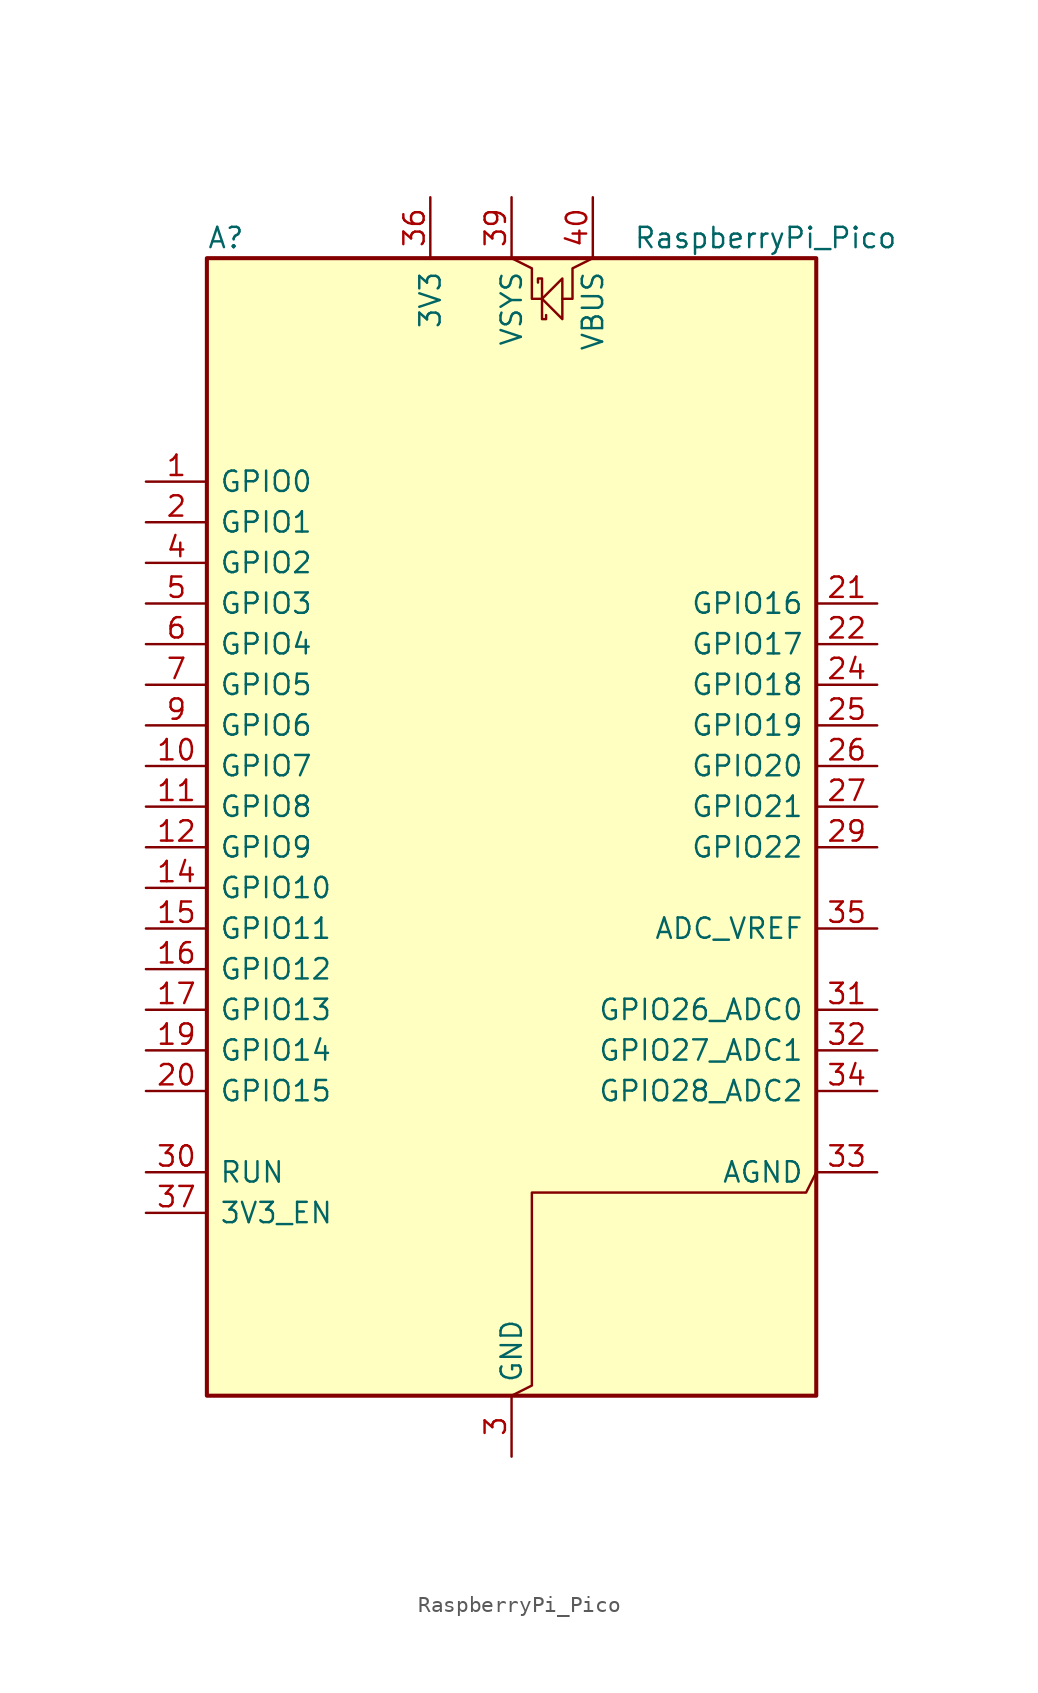
<source format=kicad_sym>
(kicad_symbol_lib
  (version 20231120)
  (generator "kicad_symbol_editor")
  (generator_version "8.0")
  (symbol "RaspberryPi_Pico"
    (pin_names
      (offset 0.762))
    (property "Reference" "A"
      (at -19.05 38.1 0)
      (effects (font (size 1.27 1.27)) (justify left)))
    (property "Value" "RaspberryPi_Pico"
      (at 7.62 38.1 0)
      (effects (font (size 1.27 1.27)) (justify left)))
    (symbol "RaspberryPi_Pico_0_1"
      (rectangle (start -19.05 36.83) (end 19.05 -34.29) (stroke (width 0.254) (type default)) (fill (type background)))
      (polyline (pts (xy 0 36.83) (xy 1.27 36.195) (xy 1.27 34.29) (xy 1.905 34.29)) (stroke (width 0) (type default)) (fill (type none)))
      (polyline (pts (xy 1.905 34.29) (xy 3.175 35.56) (xy 3.175 33.02) (xy 1.905 34.29)) (stroke (width 0) (type default)) (fill (type none)))
      (polyline (pts (xy 5.08 36.83) (xy 3.81 36.195) (xy 3.81 34.29) (xy 3.175 34.29)) (stroke (width 0) (type default)) (fill (type none)))
      (polyline (pts (xy 0 -34.29) (xy 1.27 -33.655) (xy 1.27 -21.59) (xy 18.415 -21.59) (xy 19.05 -20.32)) (stroke (width 0) (type default)) (fill (type none)))
      (polyline (pts (xy 1.651 35.306) (xy 1.651 35.56) (xy 1.905 35.56) (xy 1.905 33.02) (xy 2.159 33.02) (xy 2.159 33.274)) (stroke (width 0) (type default)) (fill (type none))))
    (symbol "RaspberryPi_Pico_1_1"
      (pin bidirectional line (at -22.86 22.86 0) (length 3.81) (name "GPIO0" (effects (font (size 1.27 1.27)))) (number "1" (effects (font (size 1.27 1.27)))) (alternate "I2C0_SDA" bidirectional line) (alternate "PWM0_A" output line) (alternate "SPI0_RX" input line) (alternate "UART0_TX" output line) (alternate "USB_OVCUR_DET" input line))
      (pin bidirectional line (at -22.86 5.08 0) (length 3.81) (name "GPIO7" (effects (font (size 1.27 1.27)))) (number "10" (effects (font (size 1.27 1.27)))) (alternate "I2C1_SCL" bidirectional clock) (alternate "PWM3_B" bidirectional line) (alternate "SPI0_TX" output line) (alternate "UART1_RTS" output line) (alternate "USB_VBUS_DET" input line))
      (pin bidirectional line (at -22.86 2.54 0) (length 3.81) (name "GPIO8" (effects (font (size 1.27 1.27)))) (number "11" (effects (font (size 1.27 1.27)))) (alternate "I2C0_SDA" bidirectional line) (alternate "PWM4_A" output line) (alternate "SPI1_RX" input line) (alternate "UART1_TX" output line) (alternate "USB_VBUS_EN" output line))
      (pin bidirectional line (at -22.86 0 0) (length 3.81) (name "GPIO9" (effects (font (size 1.27 1.27)))) (number "12" (effects (font (size 1.27 1.27)))) (alternate "I2C0_SCL" bidirectional clock) (alternate "PWM4_B" bidirectional line) (alternate "UART1_RX" input line) (alternate "USB_OVCUR_DET" input line) (alternate "~{SPI1_CSn}" bidirectional line))
      (pin passive line (at 0 -38.1 90) (length 3.81) hide (name "GND" (effects (font (size 1.27 1.27)))) (number "13" (effects (font (size 1.27 1.27)))))
      (pin bidirectional line (at -22.86 -2.54 0) (length 3.81) (name "GPIO10" (effects (font (size 1.27 1.27)))) (number "14" (effects (font (size 1.27 1.27)))) (alternate "I2C1_SDA" bidirectional line) (alternate "PWM5_A" output line) (alternate "SPI1_SCK" bidirectional clock) (alternate "UART1_CTS" input line) (alternate "USB_VBUS_DET" input line))
      (pin bidirectional line (at -22.86 -5.08 0) (length 3.81) (name "GPIO11" (effects (font (size 1.27 1.27)))) (number "15" (effects (font (size 1.27 1.27)))) (alternate "I2C1_SCL" bidirectional clock) (alternate "PWM5_B" bidirectional line) (alternate "SPI1_TX" output line) (alternate "UART1_RTS" output line) (alternate "USB_VBUS_EN" output line))
      (pin bidirectional line (at -22.86 -7.62 0) (length 3.81) (name "GPIO12" (effects (font (size 1.27 1.27)))) (number "16" (effects (font (size 1.27 1.27)))) (alternate "I2C0_SDA" bidirectional line) (alternate "PWM6_A" output line) (alternate "SPI1_RX" input line) (alternate "UART0_TX" output line) (alternate "USB_OVCUR_DET" input line))
      (pin bidirectional line (at -22.86 -10.16 0) (length 3.81) (name "GPIO13" (effects (font (size 1.27 1.27)))) (number "17" (effects (font (size 1.27 1.27)))) (alternate "I2C0_SCL" bidirectional clock) (alternate "PWM6_B" bidirectional line) (alternate "UART0_RX" input line) (alternate "USB_VBUS_DET" input line) (alternate "~{SPI1_CSn}" bidirectional line))
      (pin passive line (at 0 -38.1 90) (length 3.81) hide (name "GND" (effects (font (size 1.27 1.27)))) (number "18" (effects (font (size 1.27 1.27)))))
      (pin bidirectional line (at -22.86 -12.7 0) (length 3.81) (name "GPIO14" (effects (font (size 1.27 1.27)))) (number "19" (effects (font (size 1.27 1.27)))) (alternate "I2C1_SDA" bidirectional line) (alternate "PWM7_A" output line) (alternate "SPI1_SCK" bidirectional clock) (alternate "UART0_CTS" input line) (alternate "USB_VBUS_EN" output line))
      (pin bidirectional line (at -22.86 20.32 0) (length 3.81) (name "GPIO1" (effects (font (size 1.27 1.27)))) (number "2" (effects (font (size 1.27 1.27)))) (alternate "I2C0_SCL" bidirectional clock) (alternate "PWM0_B" bidirectional line) (alternate "UART0_RX" input line) (alternate "USB_VBUS_DET" passive line) (alternate "~{SPI0_CSn}" bidirectional line))
      (pin bidirectional line (at -22.86 -15.24 0) (length 3.81) (name "GPIO15" (effects (font (size 1.27 1.27)))) (number "20" (effects (font (size 1.27 1.27)))) (alternate "I2C1_SCL" bidirectional clock) (alternate "PWM7_B" bidirectional line) (alternate "SPI1_TX" output line) (alternate "UART0_RTS" output line) (alternate "USB_OVCUR_DET" input line))
      (pin bidirectional line (at 22.86 15.24 180) (length 3.81) (name "GPIO16" (effects (font (size 1.27 1.27)))) (number "21" (effects (font (size 1.27 1.27)))) (alternate "I2C0_SDA" bidirectional line) (alternate "PWM0_A" output line) (alternate "SPI0_RX" input line) (alternate "UART0_TX" output line) (alternate "USB_VBUS_DET" input line))
      (pin bidirectional line (at 22.86 12.7 180) (length 3.81) (name "GPIO17" (effects (font (size 1.27 1.27)))) (number "22" (effects (font (size 1.27 1.27)))) (alternate "I2C0_SCL" bidirectional clock) (alternate "PWM0_B" bidirectional line) (alternate "UART0_RX" input line) (alternate "USB_VBUS_EN" output line) (alternate "~{SPI0_CSn}" bidirectional line))
      (pin passive line (at 0 -38.1 90) (length 3.81) hide (name "GND" (effects (font (size 1.27 1.27)))) (number "23" (effects (font (size 1.27 1.27)))))
      (pin bidirectional line (at 22.86 10.16 180) (length 3.81) (name "GPIO18" (effects (font (size 1.27 1.27)))) (number "24" (effects (font (size 1.27 1.27)))) (alternate "I2C1_SDA" bidirectional line) (alternate "PWM1_A" output line) (alternate "SPI0_SCK" bidirectional clock) (alternate "UART0_CTS" input line) (alternate "USB_OVCUR_DET" input line))
      (pin bidirectional line (at 22.86 7.62 180) (length 3.81) (name "GPIO19" (effects (font (size 1.27 1.27)))) (number "25" (effects (font (size 1.27 1.27)))) (alternate "I2C1_SCL" bidirectional clock) (alternate "PWM1_B" bidirectional line) (alternate "SPI0_TX" output line) (alternate "UART0_RTS" output line) (alternate "USB_VBUS_DET" input line))
      (pin bidirectional line (at 22.86 5.08 180) (length 3.81) (name "GPIO20" (effects (font (size 1.27 1.27)))) (number "26" (effects (font (size 1.27 1.27)))) (alternate "CLOCK_GPIN0" input clock) (alternate "I2C0_SDA" bidirectional line) (alternate "PWM2_A" output line) (alternate "SPI0_RX" input line) (alternate "UART1_TX" output line) (alternate "USB_VBUS_EN" output line))
      (pin bidirectional line (at 22.86 2.54 180) (length 3.81) (name "GPIO21" (effects (font (size 1.27 1.27)))) (number "27" (effects (font (size 1.27 1.27)))) (alternate "CLOCK_GPOUT0" output clock) (alternate "I2C0_SCL" bidirectional clock) (alternate "PWM2_B" bidirectional line) (alternate "UART1_RX" input line) (alternate "USB_OVCUR_DET" input line) (alternate "~{SPI0_CSn}" bidirectional line))
      (pin passive line (at 0 -38.1 90) (length 3.81) hide (name "GND" (effects (font (size 1.27 1.27)))) (number "28" (effects (font (size 1.27 1.27)))))
      (pin bidirectional line (at 22.86 0 180) (length 3.81) (name "GPIO22" (effects (font (size 1.27 1.27)))) (number "29" (effects (font (size 1.27 1.27)))) (alternate "CLOCK_GPIN1" input clock) (alternate "I2C1_SDA" bidirectional line) (alternate "PWM3_A" output line) (alternate "SPI0_SCK" bidirectional clock) (alternate "UART1_CTS" input line) (alternate "USB_VBUS_DET" input line))
      (pin power_out line (at 0 -38.1 90) (length 3.81) (name "GND" (effects (font (size 1.27 1.27)))) (number "3" (effects (font (size 1.27 1.27)))) (alternate "GND_IN" power_in line))
      (pin input line (at -22.86 -20.32 0) (length 3.81) (name "RUN" (effects (font (size 1.27 1.27)))) (number "30" (effects (font (size 1.27 1.27)))) (alternate "~{RESET}" input line))
      (pin bidirectional line (at 22.86 -10.16 180) (length 3.81) (name "GPIO26_ADC0" (effects (font (size 1.27 1.27)))) (number "31" (effects (font (size 1.27 1.27)))) (alternate "ADC0" input line) (alternate "GPIO26" bidirectional line) (alternate "I2C1_SDA" bidirectional line) (alternate "PWM5_A" output line) (alternate "SPI1_SCK" bidirectional clock) (alternate "UART1_CTS" input line) (alternate "USB_VBUS_EN" output line))
      (pin bidirectional line (at 22.86 -12.7 180) (length 3.81) (name "GPIO27_ADC1" (effects (font (size 1.27 1.27)))) (number "32" (effects (font (size 1.27 1.27)))) (alternate "ADC1" input line) (alternate "GPIO27" bidirectional line) (alternate "I2C1_SCL" bidirectional clock) (alternate "PWM5_B" bidirectional line) (alternate "SPI1_TX" output line) (alternate "UART1_RTS" output line) (alternate "USB_OVCUR_DET" input line))
      (pin power_out line (at 22.86 -20.32 180) (length 3.81) (name "AGND" (effects (font (size 1.27 1.27)))) (number "33" (effects (font (size 1.27 1.27)))) (alternate "GND" passive line))
      (pin bidirectional line (at 22.86 -15.24 180) (length 3.81) (name "GPIO28_ADC2" (effects (font (size 1.27 1.27)))) (number "34" (effects (font (size 1.27 1.27)))) (alternate "ADC2" input line) (alternate "GPIO28" bidirectional line) (alternate "I2C0_SDA" bidirectional line) (alternate "PWM6_A" output line) (alternate "SPI1_RX" input line) (alternate "UART0_TX" output line) (alternate "USB_VBUS_DET" input line))
      (pin power_in line (at 22.86 -5.08 180) (length 3.81) (name "ADC_VREF" (effects (font (size 1.27 1.27)))) (number "35" (effects (font (size 1.27 1.27)))))
      (pin power_out line (at -5.08 40.64 270) (length 3.81) (name "3V3" (effects (font (size 1.27 1.27)))) (number "36" (effects (font (size 1.27 1.27)))))
      (pin input line (at -22.86 -22.86 0) (length 3.81) (name "3V3_EN" (effects (font (size 1.27 1.27)))) (number "37" (effects (font (size 1.27 1.27)))) (alternate "~{3V3_DISABLE}" input line))
      (pin passive line (at 0 -38.1 90) (length 3.81) hide (name "GND" (effects (font (size 1.27 1.27)))) (number "38" (effects (font (size 1.27 1.27)))))
      (pin power_in line (at 0 40.64 270) (length 3.81) (name "VSYS" (effects (font (size 1.27 1.27)))) (number "39" (effects (font (size 1.27 1.27)))) (alternate "VSYS_OUT" power_out line))
      (pin bidirectional line (at -22.86 17.78 0) (length 3.81) (name "GPIO2" (effects (font (size 1.27 1.27)))) (number "4" (effects (font (size 1.27 1.27)))) (alternate "I2C1_SDA" bidirectional line) (alternate "PWM1_A" output line) (alternate "SPI0_SCK" bidirectional clock) (alternate "UART0_CTS" input line) (alternate "USB_VBUS_DET" input line))
      (pin power_out line (at 5.08 40.64 270) (length 3.81) (name "VBUS" (effects (font (size 1.27 1.27)))) (number "40" (effects (font (size 1.27 1.27)))) (alternate "VBUS_IN" power_in line))
      (pin bidirectional line (at -22.86 15.24 0) (length 3.81) (name "GPIO3" (effects (font (size 1.27 1.27)))) (number "5" (effects (font (size 1.27 1.27)))) (alternate "I2C1_SCL" bidirectional clock) (alternate "PWM1_B" bidirectional line) (alternate "SPI0_TX" output line) (alternate "UART0_RTS" output line) (alternate "USB_OVCUR_DET" input line))
      (pin bidirectional line (at -22.86 12.7 0) (length 3.81) (name "GPIO4" (effects (font (size 1.27 1.27)))) (number "6" (effects (font (size 1.27 1.27)))) (alternate "I2C0_SDA" bidirectional line) (alternate "PWM2_A" output line) (alternate "SPI0_RX" input line) (alternate "UART1_TX" output line) (alternate "USB_VBUS_DET" input line))
      (pin bidirectional line (at -22.86 10.16 0) (length 3.81) (name "GPIO5" (effects (font (size 1.27 1.27)))) (number "7" (effects (font (size 1.27 1.27)))) (alternate "I2C0_SCL" bidirectional clock) (alternate "PWM2_B" bidirectional line) (alternate "UART1_RX" input line) (alternate "USB_VBUS_EN" output line) (alternate "~{SPI0_CSn}" bidirectional line))
      (pin passive line (at 0 -38.1 90) (length 3.81) hide (name "GND" (effects (font (size 1.27 1.27)))) (number "8" (effects (font (size 1.27 1.27)))))
      (pin bidirectional line (at -22.86 7.62 0) (length 3.81) (name "GPIO6" (effects (font (size 1.27 1.27)))) (number "9" (effects (font (size 1.27 1.27)))) (alternate "I2C1_SDA" bidirectional line) (alternate "PWM3_A" output line) (alternate "SPI0_SCK" bidirectional clock) (alternate "UART1_CTS" input line) (alternate "USB_OVCUR_DET" input line)))))
</source>
